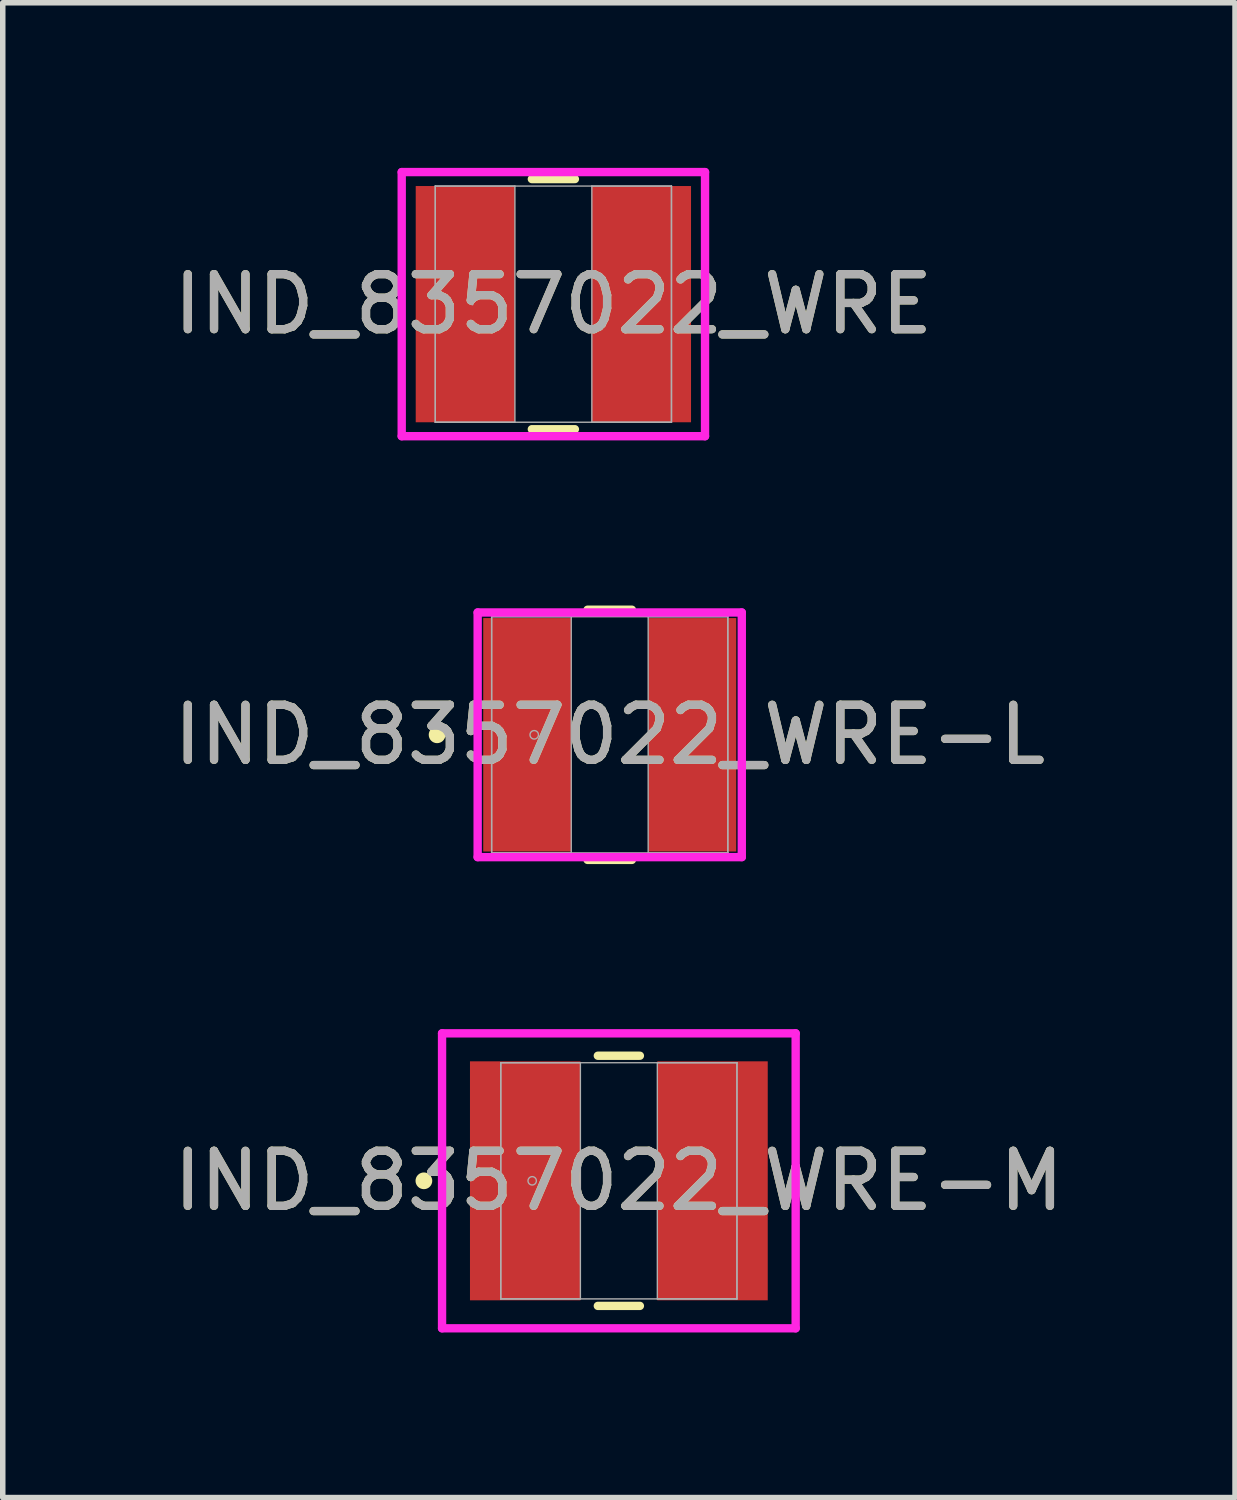
<source format=kicad_pcb>
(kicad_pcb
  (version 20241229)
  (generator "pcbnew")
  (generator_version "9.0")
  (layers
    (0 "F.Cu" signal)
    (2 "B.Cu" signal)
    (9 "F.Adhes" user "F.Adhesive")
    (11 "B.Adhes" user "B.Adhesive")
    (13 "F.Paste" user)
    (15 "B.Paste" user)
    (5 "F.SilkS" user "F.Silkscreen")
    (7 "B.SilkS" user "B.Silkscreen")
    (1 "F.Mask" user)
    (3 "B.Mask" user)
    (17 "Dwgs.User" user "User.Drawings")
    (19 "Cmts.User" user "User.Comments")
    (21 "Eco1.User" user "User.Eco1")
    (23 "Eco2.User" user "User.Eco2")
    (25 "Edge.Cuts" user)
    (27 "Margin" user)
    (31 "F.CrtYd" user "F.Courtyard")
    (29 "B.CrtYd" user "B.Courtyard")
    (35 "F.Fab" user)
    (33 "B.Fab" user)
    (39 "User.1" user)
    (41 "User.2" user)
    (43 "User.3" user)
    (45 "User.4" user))
  (footprint "IND_8357022_WRE"
    (layer "F.Cu")
    (at 7.006 2.477)
    (property "Reference" "IND_8357022_WRE" (at 0 0 0) (unlocked yes) (layer "F.SilkS") (effects (font (size 1 1) (thickness 0.15))))
    (attr smd)
    (fp_line (start -0.391 2.273) (end 0.391 2.273) (stroke (width 0.152) (type solid)) (layer "F.SilkS"))
    (fp_line (start 0.391 -2.273) (end -0.391 -2.273) (stroke (width 0.152) (type solid)) (layer "F.SilkS"))
    (fp_line (start -2.756 -2.4) (end 2.756 -2.4) (stroke (width 0.152) (type solid)) (layer "F.CrtYd"))
    (fp_line (start -2.756 2.4) (end -2.756 -2.4) (stroke (width 0.152) (type solid)) (layer "F.CrtYd"))
    (fp_line (start 2.756 -2.4) (end 2.756 2.4) (stroke (width 0.152) (type solid)) (layer "F.CrtYd"))
    (fp_line (start 2.756 2.4) (end -2.756 2.4) (stroke (width 0.152) (type solid)) (layer "F.CrtYd"))
    (fp_line (start -2.146 -2.146) (end -2.146 2.146) (stroke (width 0.025) (type solid)) (layer "F.Fab"))
    (fp_line (start -2.146 -2.146) (end -2.146 2.146) (stroke (width 0.025) (type solid)) (layer "F.Fab"))
    (fp_line (start -2.146 2.146) (end -0.699 2.146) (stroke (width 0.025) (type solid)) (layer "F.Fab"))
    (fp_line (start -2.146 2.146) (end 2.146 2.146) (stroke (width 0.025) (type solid)) (layer "F.Fab"))
    (fp_line (start -0.699 -2.146) (end -2.146 -2.146) (stroke (width 0.025) (type solid)) (layer "F.Fab"))
    (fp_line (start -0.699 2.146) (end -0.699 -2.146) (stroke (width 0.025) (type solid)) (layer "F.Fab"))
    (fp_line (start 0.699 -2.146) (end 0.699 2.146) (stroke (width 0.025) (type solid)) (layer "F.Fab"))
    (fp_line (start 0.699 2.146) (end 2.146 2.146) (stroke (width 0.025) (type solid)) (layer "F.Fab"))
    (fp_line (start 2.146 -2.146) (end -2.146 -2.146) (stroke (width 0.025) (type solid)) (layer "F.Fab"))
    (fp_line (start 2.146 -2.146) (end 0.699 -2.146) (stroke (width 0.025) (type solid)) (layer "F.Fab"))
    (fp_line (start 2.146 2.146) (end 2.146 -2.146) (stroke (width 0.025) (type solid)) (layer "F.Fab"))
    (fp_line (start 2.146 2.146) (end 2.146 -2.146) (stroke (width 0.025) (type solid)) (layer "F.Fab"))
    (fp_circle (center -1.473 0) (end -1.473 0) (stroke (width 0.025) (type solid)) (fill no) (layer "F.Fab"))
    (fp_text user "${REFERENCE}" (at 0 0 0) (unlocked yes) (layer "F.Fab") (effects (font (size 1 1) (thickness 0.15))))
    (pad "1" smd rect (at -1.6 0) (size 1.803 4.293) (layers "F.Cu" "F.Mask" "F.Paste"))
    (pad "2" smd rect (at 1.6 0) (size 1.803 4.293) (layers "F.Cu" "F.Mask" "F.Paste"))
    (zone (net_name "") (layer "F.Cu") (hatch full 0.508) (connect_pads) (min_thickness 0.254) (filled_areas_thickness no) (keepout (tracks not_allowed) (vias not_allowed) (pads allowed) (copperpour not_allowed) (footprints allowed)) (placement (enabled no)) (fill) (polygon (pts (xy 6.358 0.381) (xy 7.654 0.381) (xy 7.654 4.572) (xy 6.358 4.572)))))
  (footprint "IND_8357022_WRE-L"
    (layer "F.Cu")
    (at 8.03 10.303)
    (property "Reference" "IND_8357022_WRE-L" (at 0 0 0) (unlocked yes) (layer "F.SilkS") (effects (font (size 1 1) (thickness 0.15))))
    (attr smd)
    (fp_line (start -0.403 2.273) (end 0.403 2.273) (stroke (width 0.152) (type solid)) (layer "F.SilkS"))
    (fp_line (start 0.403 -2.273) (end -0.403 -2.273) (stroke (width 0.152) (type solid)) (layer "F.SilkS"))
    (fp_circle (center -3.137 0) (end -3.061 0) (stroke (width 0.152) (type solid)) (fill no) (layer "F.SilkS"))
    (fp_line (start -2.4 -2.223) (end 2.4 -2.223) (stroke (width 0.152) (type solid)) (layer "F.CrtYd"))
    (fp_line (start -2.4 2.223) (end -2.4 -2.223) (stroke (width 0.152) (type solid)) (layer "F.CrtYd"))
    (fp_line (start 2.4 -2.223) (end 2.4 2.223) (stroke (width 0.152) (type solid)) (layer "F.CrtYd"))
    (fp_line (start 2.4 2.223) (end -2.4 2.223) (stroke (width 0.152) (type solid)) (layer "F.CrtYd"))
    (fp_line (start -2.146 -2.146) (end -2.146 2.146) (stroke (width 0.025) (type solid)) (layer "F.Fab"))
    (fp_line (start -2.146 -2.146) (end -2.146 2.146) (stroke (width 0.025) (type solid)) (layer "F.Fab"))
    (fp_line (start -2.146 2.146) (end -0.699 2.146) (stroke (width 0.025) (type solid)) (layer "F.Fab"))
    (fp_line (start -2.146 2.146) (end 2.146 2.146) (stroke (width 0.025) (type solid)) (layer "F.Fab"))
    (fp_line (start -0.699 -2.146) (end -2.146 -2.146) (stroke (width 0.025) (type solid)) (layer "F.Fab"))
    (fp_line (start -0.699 2.146) (end -0.699 -2.146) (stroke (width 0.025) (type solid)) (layer "F.Fab"))
    (fp_line (start 0.699 -2.146) (end 0.699 2.146) (stroke (width 0.025) (type solid)) (layer "F.Fab"))
    (fp_line (start 0.699 2.146) (end 2.146 2.146) (stroke (width 0.025) (type solid)) (layer "F.Fab"))
    (fp_line (start 2.146 -2.146) (end -2.146 -2.146) (stroke (width 0.025) (type solid)) (layer "F.Fab"))
    (fp_line (start 2.146 -2.146) (end 0.699 -2.146) (stroke (width 0.025) (type solid)) (layer "F.Fab"))
    (fp_line (start 2.146 2.146) (end 2.146 -2.146) (stroke (width 0.025) (type solid)) (layer "F.Fab"))
    (fp_line (start 2.146 2.146) (end 2.146 -2.146) (stroke (width 0.025) (type solid)) (layer "F.Fab"))
    (fp_circle (center -1.372 0) (end -1.295 0) (stroke (width 0.025) (type solid)) (fill no) (layer "F.Fab"))
    (fp_text user "${REFERENCE}" (at 0 0 0) (unlocked yes) (layer "F.Fab") (effects (font (size 1 1) (thickness 0.15))))
    (pad "1" smd rect (at -1.499 0) (size 1.6 4.242) (layers "F.Cu" "F.Mask" "F.Paste"))
    (pad "2" smd rect (at 1.499 0) (size 1.6 4.242) (layers "F.Cu" "F.Mask" "F.Paste"))
    (zone (net_name "") (layer "F.Cu") (hatch full 0.508) (connect_pads) (min_thickness 0.254) (filled_areas_thickness no) (keepout (tracks not_allowed) (vias not_allowed) (pads allowed) (copperpour not_allowed) (footprints allowed)) (placement (enabled no)) (fill) (polygon (pts (xy 7.382 8.207) (xy 8.677 8.207) (xy 8.677 12.398) (xy 7.382 12.398)))))
  (footprint "IND_8357022_WRE-M"
    (layer "F.Cu")
    (at 8.196 18.408)
    (property "Reference" "IND_8357022_WRE-M" (at 0 0 0) (unlocked yes) (layer "F.SilkS") (effects (font (size 1 1) (thickness 0.15))))
    (attr smd)
    (fp_line (start -0.382 2.273) (end 0.382 2.273) (stroke (width 0.152) (type solid)) (layer "F.SilkS"))
    (fp_line (start 0.382 -2.273) (end -0.382 -2.273) (stroke (width 0.152) (type solid)) (layer "F.SilkS"))
    (fp_circle (center -3.543 0) (end -3.467 0) (stroke (width 0.152) (type solid)) (fill no) (layer "F.SilkS"))
    (fp_line (start -3.213 -2.68) (end 3.213 -2.68) (stroke (width 0.152) (type solid)) (layer "F.CrtYd"))
    (fp_line (start -3.213 2.68) (end -3.213 -2.68) (stroke (width 0.152) (type solid)) (layer "F.CrtYd"))
    (fp_line (start 3.213 -2.68) (end 3.213 2.68) (stroke (width 0.152) (type solid)) (layer "F.CrtYd"))
    (fp_line (start 3.213 2.68) (end -3.213 2.68) (stroke (width 0.152) (type solid)) (layer "F.CrtYd"))
    (fp_line (start -2.146 -2.146) (end -2.146 2.146) (stroke (width 0.025) (type solid)) (layer "F.Fab"))
    (fp_line (start -2.146 -2.146) (end -2.146 2.146) (stroke (width 0.025) (type solid)) (layer "F.Fab"))
    (fp_line (start -2.146 2.146) (end -0.699 2.146) (stroke (width 0.025) (type solid)) (layer "F.Fab"))
    (fp_line (start -2.146 2.146) (end 2.146 2.146) (stroke (width 0.025) (type solid)) (layer "F.Fab"))
    (fp_line (start -0.699 -2.146) (end -2.146 -2.146) (stroke (width 0.025) (type solid)) (layer "F.Fab"))
    (fp_line (start -0.699 2.146) (end -0.699 -2.146) (stroke (width 0.025) (type solid)) (layer "F.Fab"))
    (fp_line (start 0.699 -2.146) (end 0.699 2.146) (stroke (width 0.025) (type solid)) (layer "F.Fab"))
    (fp_line (start 0.699 2.146) (end 2.146 2.146) (stroke (width 0.025) (type solid)) (layer "F.Fab"))
    (fp_line (start 2.146 -2.146) (end -2.146 -2.146) (stroke (width 0.025) (type solid)) (layer "F.Fab"))
    (fp_line (start 2.146 -2.146) (end 0.699 -2.146) (stroke (width 0.025) (type solid)) (layer "F.Fab"))
    (fp_line (start 2.146 2.146) (end 2.146 -2.146) (stroke (width 0.025) (type solid)) (layer "F.Fab"))
    (fp_line (start 2.146 2.146) (end 2.146 -2.146) (stroke (width 0.025) (type solid)) (layer "F.Fab"))
    (fp_circle (center -1.575 0) (end -1.499 0) (stroke (width 0.025) (type solid)) (fill no) (layer "F.Fab"))
    (fp_text user "${REFERENCE}" (at 0 0 0) (unlocked yes) (layer "F.Fab") (effects (font (size 1 1) (thickness 0.15))))
    (pad "1" smd rect (at -1.702 0) (size 2.007 4.343) (layers "F.Cu" "F.Mask" "F.Paste"))
    (pad "2" smd rect (at 1.702 0) (size 2.007 4.343) (layers "F.Cu" "F.Mask" "F.Paste"))
    (zone (net_name "") (layer "F.Cu") (hatch full 0.508) (connect_pads) (min_thickness 0.254) (filled_areas_thickness no) (keepout (tracks not_allowed) (vias not_allowed) (pads allowed) (copperpour not_allowed) (footprints allowed)) (placement (enabled no)) (fill) (polygon (pts (xy 7.549 16.312) (xy 8.844 16.312) (xy 8.844 20.503) (xy 7.549 20.503)))))
  (gr_rect
    (start -3 -3)
    (end 19.393 24.164)
    (stroke (width 0.1) (type default))
    (fill no)
    (layer "Edge.Cuts")))
</source>
